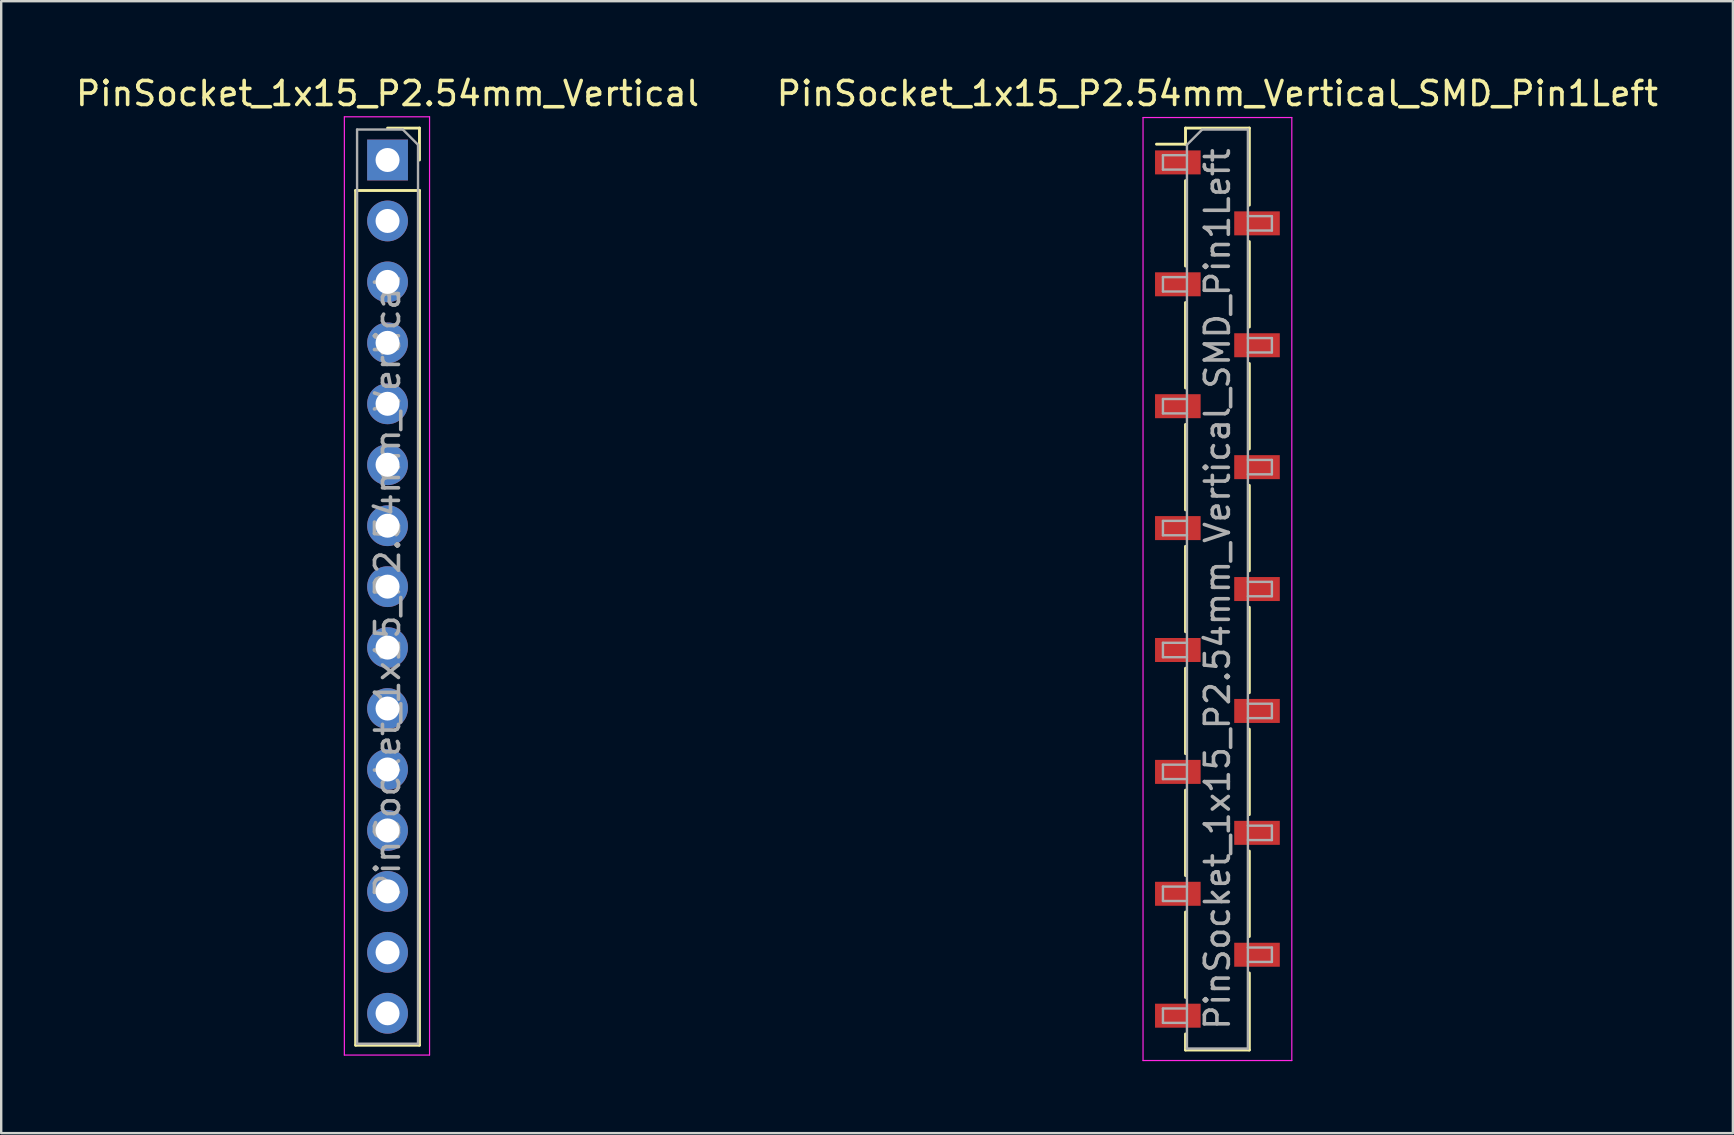
<source format=kicad_pcb>
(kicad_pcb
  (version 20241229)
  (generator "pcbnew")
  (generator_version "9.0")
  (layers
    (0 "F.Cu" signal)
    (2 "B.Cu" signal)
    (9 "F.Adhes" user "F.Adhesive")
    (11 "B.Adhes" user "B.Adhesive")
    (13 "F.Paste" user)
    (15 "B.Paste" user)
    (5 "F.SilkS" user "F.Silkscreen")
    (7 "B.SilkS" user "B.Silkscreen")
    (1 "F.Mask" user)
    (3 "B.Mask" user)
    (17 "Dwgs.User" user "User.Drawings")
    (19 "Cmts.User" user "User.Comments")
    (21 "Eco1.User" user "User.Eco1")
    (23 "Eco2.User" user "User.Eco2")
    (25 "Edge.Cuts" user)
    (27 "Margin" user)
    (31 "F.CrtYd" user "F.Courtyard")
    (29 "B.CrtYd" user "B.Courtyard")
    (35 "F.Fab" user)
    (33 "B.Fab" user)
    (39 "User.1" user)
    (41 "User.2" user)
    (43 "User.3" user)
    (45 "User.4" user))
  (footprint "PinSocket_1x15_P2.54mm_Vertical_SMD_Pin1Left"
    (layer "F.Cu")
    (at 47.685 21.498)
    (property "Reference" "PinSocket_1x15_P2.54mm_Vertical_SMD_Pin1Left" (at 0 -20.65 0) (layer "F.SilkS") (effects (font (size 1 1) (thickness 0.15))))
    (attr smd)
    (fp_line (start -2.54 -18.54) (end -1.33 -18.54) (stroke (width 0.12) (type solid)) (layer "F.SilkS"))
    (fp_line (start -1.33 -19.21) (end -1.33 -18.54) (stroke (width 0.12) (type solid)) (layer "F.SilkS"))
    (fp_line (start -1.33 -19.21) (end 1.33 -19.21) (stroke (width 0.12) (type solid)) (layer "F.SilkS"))
    (fp_line (start -1.33 -17.02) (end -1.33 -13.46) (stroke (width 0.12) (type solid)) (layer "F.SilkS"))
    (fp_line (start -1.33 -11.94) (end -1.33 -8.38) (stroke (width 0.12) (type solid)) (layer "F.SilkS"))
    (fp_line (start -1.33 -6.86) (end -1.33 -3.3) (stroke (width 0.12) (type solid)) (layer "F.SilkS"))
    (fp_line (start -1.33 -1.78) (end -1.33 1.78) (stroke (width 0.12) (type solid)) (layer "F.SilkS"))
    (fp_line (start -1.33 3.3) (end -1.33 6.86) (stroke (width 0.12) (type solid)) (layer "F.SilkS"))
    (fp_line (start -1.33 8.38) (end -1.33 11.94) (stroke (width 0.12) (type solid)) (layer "F.SilkS"))
    (fp_line (start -1.33 13.46) (end -1.33 17.02) (stroke (width 0.12) (type solid)) (layer "F.SilkS"))
    (fp_line (start -1.33 18.54) (end -1.33 19.21) (stroke (width 0.12) (type solid)) (layer "F.SilkS"))
    (fp_line (start -1.33 19.21) (end 1.33 19.21) (stroke (width 0.12) (type solid)) (layer "F.SilkS"))
    (fp_line (start 1.33 -19.21) (end 1.33 -16) (stroke (width 0.12) (type solid)) (layer "F.SilkS"))
    (fp_line (start 1.33 -14.48) (end 1.33 -10.92) (stroke (width 0.12) (type solid)) (layer "F.SilkS"))
    (fp_line (start 1.33 -9.4) (end 1.33 -5.84) (stroke (width 0.12) (type solid)) (layer "F.SilkS"))
    (fp_line (start 1.33 -4.32) (end 1.33 -0.76) (stroke (width 0.12) (type solid)) (layer "F.SilkS"))
    (fp_line (start 1.33 0.76) (end 1.33 4.32) (stroke (width 0.12) (type solid)) (layer "F.SilkS"))
    (fp_line (start 1.33 5.84) (end 1.33 9.4) (stroke (width 0.12) (type solid)) (layer "F.SilkS"))
    (fp_line (start 1.33 10.92) (end 1.33 14.48) (stroke (width 0.12) (type solid)) (layer "F.SilkS"))
    (fp_line (start 1.33 16) (end 1.33 19.21) (stroke (width 0.12) (type solid)) (layer "F.SilkS"))
    (fp_line (start -3.1 -19.65) (end 3.1 -19.65) (stroke (width 0.05) (type solid)) (layer "F.CrtYd"))
    (fp_line (start -3.1 19.65) (end -3.1 -19.65) (stroke (width 0.05) (type solid)) (layer "F.CrtYd"))
    (fp_line (start 3.1 -19.65) (end 3.1 19.65) (stroke (width 0.05) (type solid)) (layer "F.CrtYd"))
    (fp_line (start 3.1 19.65) (end -3.1 19.65) (stroke (width 0.05) (type solid)) (layer "F.CrtYd"))
    (fp_line (start -2.27 -18.08) (end -1.27 -18.08) (stroke (width 0.1) (type solid)) (layer "F.Fab"))
    (fp_line (start -2.27 -17.48) (end -2.27 -18.08) (stroke (width 0.1) (type solid)) (layer "F.Fab"))
    (fp_line (start -2.27 -13) (end -1.27 -13) (stroke (width 0.1) (type solid)) (layer "F.Fab"))
    (fp_line (start -2.27 -12.4) (end -2.27 -13) (stroke (width 0.1) (type solid)) (layer "F.Fab"))
    (fp_line (start -2.27 -7.92) (end -1.27 -7.92) (stroke (width 0.1) (type solid)) (layer "F.Fab"))
    (fp_line (start -2.27 -7.32) (end -2.27 -7.92) (stroke (width 0.1) (type solid)) (layer "F.Fab"))
    (fp_line (start -2.27 -2.84) (end -1.27 -2.84) (stroke (width 0.1) (type solid)) (layer "F.Fab"))
    (fp_line (start -2.27 -2.24) (end -2.27 -2.84) (stroke (width 0.1) (type solid)) (layer "F.Fab"))
    (fp_line (start -2.27 2.24) (end -1.27 2.24) (stroke (width 0.1) (type solid)) (layer "F.Fab"))
    (fp_line (start -2.27 2.84) (end -2.27 2.24) (stroke (width 0.1) (type solid)) (layer "F.Fab"))
    (fp_line (start -2.27 7.32) (end -1.27 7.32) (stroke (width 0.1) (type solid)) (layer "F.Fab"))
    (fp_line (start -2.27 7.92) (end -2.27 7.32) (stroke (width 0.1) (type solid)) (layer "F.Fab"))
    (fp_line (start -2.27 12.4) (end -1.27 12.4) (stroke (width 0.1) (type solid)) (layer "F.Fab"))
    (fp_line (start -2.27 13) (end -2.27 12.4) (stroke (width 0.1) (type solid)) (layer "F.Fab"))
    (fp_line (start -2.27 17.48) (end -1.27 17.48) (stroke (width 0.1) (type solid)) (layer "F.Fab"))
    (fp_line (start -2.27 18.08) (end -2.27 17.48) (stroke (width 0.1) (type solid)) (layer "F.Fab"))
    (fp_line (start -1.27 -18.515) (end -0.635 -19.15) (stroke (width 0.1) (type solid)) (layer "F.Fab"))
    (fp_line (start -1.27 -17.48) (end -2.27 -17.48) (stroke (width 0.1) (type solid)) (layer "F.Fab"))
    (fp_line (start -1.27 -12.4) (end -2.27 -12.4) (stroke (width 0.1) (type solid)) (layer "F.Fab"))
    (fp_line (start -1.27 -7.32) (end -2.27 -7.32) (stroke (width 0.1) (type solid)) (layer "F.Fab"))
    (fp_line (start -1.27 -2.24) (end -2.27 -2.24) (stroke (width 0.1) (type solid)) (layer "F.Fab"))
    (fp_line (start -1.27 2.84) (end -2.27 2.84) (stroke (width 0.1) (type solid)) (layer "F.Fab"))
    (fp_line (start -1.27 7.92) (end -2.27 7.92) (stroke (width 0.1) (type solid)) (layer "F.Fab"))
    (fp_line (start -1.27 13) (end -2.27 13) (stroke (width 0.1) (type solid)) (layer "F.Fab"))
    (fp_line (start -1.27 18.08) (end -2.27 18.08) (stroke (width 0.1) (type solid)) (layer "F.Fab"))
    (fp_line (start -1.27 19.15) (end -1.27 -18.515) (stroke (width 0.1) (type solid)) (layer "F.Fab"))
    (fp_line (start -0.635 -19.15) (end 1.27 -19.15) (stroke (width 0.1) (type solid)) (layer "F.Fab"))
    (fp_line (start 1.27 -19.15) (end 1.27 19.15) (stroke (width 0.1) (type solid)) (layer "F.Fab"))
    (fp_line (start 1.27 -15.54) (end 2.27 -15.54) (stroke (width 0.1) (type solid)) (layer "F.Fab"))
    (fp_line (start 1.27 -10.46) (end 2.27 -10.46) (stroke (width 0.1) (type solid)) (layer "F.Fab"))
    (fp_line (start 1.27 -5.38) (end 2.27 -5.38) (stroke (width 0.1) (type solid)) (layer "F.Fab"))
    (fp_line (start 1.27 -0.3) (end 2.27 -0.3) (stroke (width 0.1) (type solid)) (layer "F.Fab"))
    (fp_line (start 1.27 4.78) (end 2.27 4.78) (stroke (width 0.1) (type solid)) (layer "F.Fab"))
    (fp_line (start 1.27 9.86) (end 2.27 9.86) (stroke (width 0.1) (type solid)) (layer "F.Fab"))
    (fp_line (start 1.27 14.94) (end 2.27 14.94) (stroke (width 0.1) (type solid)) (layer "F.Fab"))
    (fp_line (start 1.27 19.15) (end -1.27 19.15) (stroke (width 0.1) (type solid)) (layer "F.Fab"))
    (fp_line (start 2.27 -15.54) (end 2.27 -14.94) (stroke (width 0.1) (type solid)) (layer "F.Fab"))
    (fp_line (start 2.27 -14.94) (end 1.27 -14.94) (stroke (width 0.1) (type solid)) (layer "F.Fab"))
    (fp_line (start 2.27 -10.46) (end 2.27 -9.86) (stroke (width 0.1) (type solid)) (layer "F.Fab"))
    (fp_line (start 2.27 -9.86) (end 1.27 -9.86) (stroke (width 0.1) (type solid)) (layer "F.Fab"))
    (fp_line (start 2.27 -5.38) (end 2.27 -4.78) (stroke (width 0.1) (type solid)) (layer "F.Fab"))
    (fp_line (start 2.27 -4.78) (end 1.27 -4.78) (stroke (width 0.1) (type solid)) (layer "F.Fab"))
    (fp_line (start 2.27 -0.3) (end 2.27 0.3) (stroke (width 0.1) (type solid)) (layer "F.Fab"))
    (fp_line (start 2.27 0.3) (end 1.27 0.3) (stroke (width 0.1) (type solid)) (layer "F.Fab"))
    (fp_line (start 2.27 4.78) (end 2.27 5.38) (stroke (width 0.1) (type solid)) (layer "F.Fab"))
    (fp_line (start 2.27 5.38) (end 1.27 5.38) (stroke (width 0.1) (type solid)) (layer "F.Fab"))
    (fp_line (start 2.27 9.86) (end 2.27 10.46) (stroke (width 0.1) (type solid)) (layer "F.Fab"))
    (fp_line (start 2.27 10.46) (end 1.27 10.46) (stroke (width 0.1) (type solid)) (layer "F.Fab"))
    (fp_line (start 2.27 14.94) (end 2.27 15.54) (stroke (width 0.1) (type solid)) (layer "F.Fab"))
    (fp_line (start 2.27 15.54) (end 1.27 15.54) (stroke (width 0.1) (type solid)) (layer "F.Fab"))
    (fp_text user "${REFERENCE}" (at 0 0 90) (layer "F.Fab") (effects (font (size 1 1) (thickness 0.15))))
    (pad "1" smd rect (at -1.65 -17.78) (size 1.9 1) (layers "F.Cu" "F.Mask" "F.Paste"))
    (pad "2" smd rect (at 1.65 -15.24) (size 1.9 1) (layers "F.Cu" "F.Mask" "F.Paste"))
    (pad "3" smd rect (at -1.65 -12.7) (size 1.9 1) (layers "F.Cu" "F.Mask" "F.Paste"))
    (pad "4" smd rect (at 1.65 -10.16) (size 1.9 1) (layers "F.Cu" "F.Mask" "F.Paste"))
    (pad "5" smd rect (at -1.65 -7.62) (size 1.9 1) (layers "F.Cu" "F.Mask" "F.Paste"))
    (pad "6" smd rect (at 1.65 -5.08) (size 1.9 1) (layers "F.Cu" "F.Mask" "F.Paste"))
    (pad "7" smd rect (at -1.65 -2.54) (size 1.9 1) (layers "F.Cu" "F.Mask" "F.Paste"))
    (pad "8" smd rect (at 1.65 0) (size 1.9 1) (layers "F.Cu" "F.Mask" "F.Paste"))
    (pad "9" smd rect (at -1.65 2.54) (size 1.9 1) (layers "F.Cu" "F.Mask" "F.Paste"))
    (pad "10" smd rect (at 1.65 5.08) (size 1.9 1) (layers "F.Cu" "F.Mask" "F.Paste"))
    (pad "11" smd rect (at -1.65 7.62) (size 1.9 1) (layers "F.Cu" "F.Mask" "F.Paste"))
    (pad "12" smd rect (at 1.65 10.16) (size 1.9 1) (layers "F.Cu" "F.Mask" "F.Paste"))
    (pad "13" smd rect (at -1.65 12.7) (size 1.9 1) (layers "F.Cu" "F.Mask" "F.Paste"))
    (pad "14" smd rect (at 1.65 15.24) (size 1.9 1) (layers "F.Cu" "F.Mask" "F.Paste"))
    (pad "15" smd rect (at -1.65 17.78) (size 1.9 1) (layers "F.Cu" "F.Mask" "F.Paste")))
  (footprint "PinSocket_1x15_P2.54mm_Vertical"
    (layer "F.Cu")
    (at 13.101 3.618)
    (property "Reference" "PinSocket_1x15_P2.54mm_Vertical" (at 0 -2.77 0) (layer "F.SilkS") (effects (font (size 1 1) (thickness 0.15))))
    (attr through_hole)
    (fp_line (start -1.33 1.27) (end -1.33 36.89) (stroke (width 0.12) (type solid)) (layer "F.SilkS"))
    (fp_line (start -1.33 1.27) (end 1.33 1.27) (stroke (width 0.12) (type solid)) (layer "F.SilkS"))
    (fp_line (start -1.33 36.89) (end 1.33 36.89) (stroke (width 0.12) (type solid)) (layer "F.SilkS"))
    (fp_line (start 0 -1.33) (end 1.33 -1.33) (stroke (width 0.12) (type solid)) (layer "F.SilkS"))
    (fp_line (start 1.33 -1.33) (end 1.33 0) (stroke (width 0.12) (type solid)) (layer "F.SilkS"))
    (fp_line (start 1.33 1.27) (end 1.33 36.89) (stroke (width 0.12) (type solid)) (layer "F.SilkS"))
    (fp_line (start -1.8 -1.8) (end 1.75 -1.8) (stroke (width 0.05) (type solid)) (layer "F.CrtYd"))
    (fp_line (start -1.8 37.3) (end -1.8 -1.8) (stroke (width 0.05) (type solid)) (layer "F.CrtYd"))
    (fp_line (start 1.75 -1.8) (end 1.75 37.3) (stroke (width 0.05) (type solid)) (layer "F.CrtYd"))
    (fp_line (start 1.75 37.3) (end -1.8 37.3) (stroke (width 0.05) (type solid)) (layer "F.CrtYd"))
    (fp_line (start -1.27 -1.27) (end 0.635 -1.27) (stroke (width 0.1) (type solid)) (layer "F.Fab"))
    (fp_line (start -1.27 36.83) (end -1.27 -1.27) (stroke (width 0.1) (type solid)) (layer "F.Fab"))
    (fp_line (start 0.635 -1.27) (end 1.27 -0.635) (stroke (width 0.1) (type solid)) (layer "F.Fab"))
    (fp_line (start 1.27 -0.635) (end 1.27 36.83) (stroke (width 0.1) (type solid)) (layer "F.Fab"))
    (fp_line (start 1.27 36.83) (end -1.27 36.83) (stroke (width 0.1) (type solid)) (layer "F.Fab"))
    (fp_text user "${REFERENCE}" (at 0 17.78 90) (layer "F.Fab") (effects (font (size 1 1) (thickness 0.15))))
    (pad "1" thru_hole rect (at 0 0) (size 1.7 1.7) (drill 1) (layers "*.Cu" "*.Mask"))
    (pad "2" thru_hole oval (at 0 2.54) (size 1.7 1.7) (drill 1) (layers "*.Cu" "*.Mask"))
    (pad "3" thru_hole oval (at 0 5.08) (size 1.7 1.7) (drill 1) (layers "*.Cu" "*.Mask"))
    (pad "4" thru_hole oval (at 0 7.62) (size 1.7 1.7) (drill 1) (layers "*.Cu" "*.Mask"))
    (pad "5" thru_hole oval (at 0 10.16) (size 1.7 1.7) (drill 1) (layers "*.Cu" "*.Mask"))
    (pad "6" thru_hole oval (at 0 12.7) (size 1.7 1.7) (drill 1) (layers "*.Cu" "*.Mask"))
    (pad "7" thru_hole oval (at 0 15.24) (size 1.7 1.7) (drill 1) (layers "*.Cu" "*.Mask"))
    (pad "8" thru_hole oval (at 0 17.78) (size 1.7 1.7) (drill 1) (layers "*.Cu" "*.Mask"))
    (pad "9" thru_hole oval (at 0 20.32) (size 1.7 1.7) (drill 1) (layers "*.Cu" "*.Mask"))
    (pad "10" thru_hole oval (at 0 22.86) (size 1.7 1.7) (drill 1) (layers "*.Cu" "*.Mask"))
    (pad "11" thru_hole oval (at 0 25.4) (size 1.7 1.7) (drill 1) (layers "*.Cu" "*.Mask"))
    (pad "12" thru_hole oval (at 0 27.94) (size 1.7 1.7) (drill 1) (layers "*.Cu" "*.Mask"))
    (pad "13" thru_hole oval (at 0 30.48) (size 1.7 1.7) (drill 1) (layers "*.Cu" "*.Mask"))
    (pad "14" thru_hole oval (at 0 33.02) (size 1.7 1.7) (drill 1) (layers "*.Cu" "*.Mask"))
    (pad "15" thru_hole oval (at 0 35.56) (size 1.7 1.7) (drill 1) (layers "*.Cu" "*.Mask")))
  (gr_rect
    (start -3 -3)
    (end 69.167 44.173)
    (stroke (width 0.1) (type default))
    (fill no)
    (layer "Edge.Cuts")))
</source>
